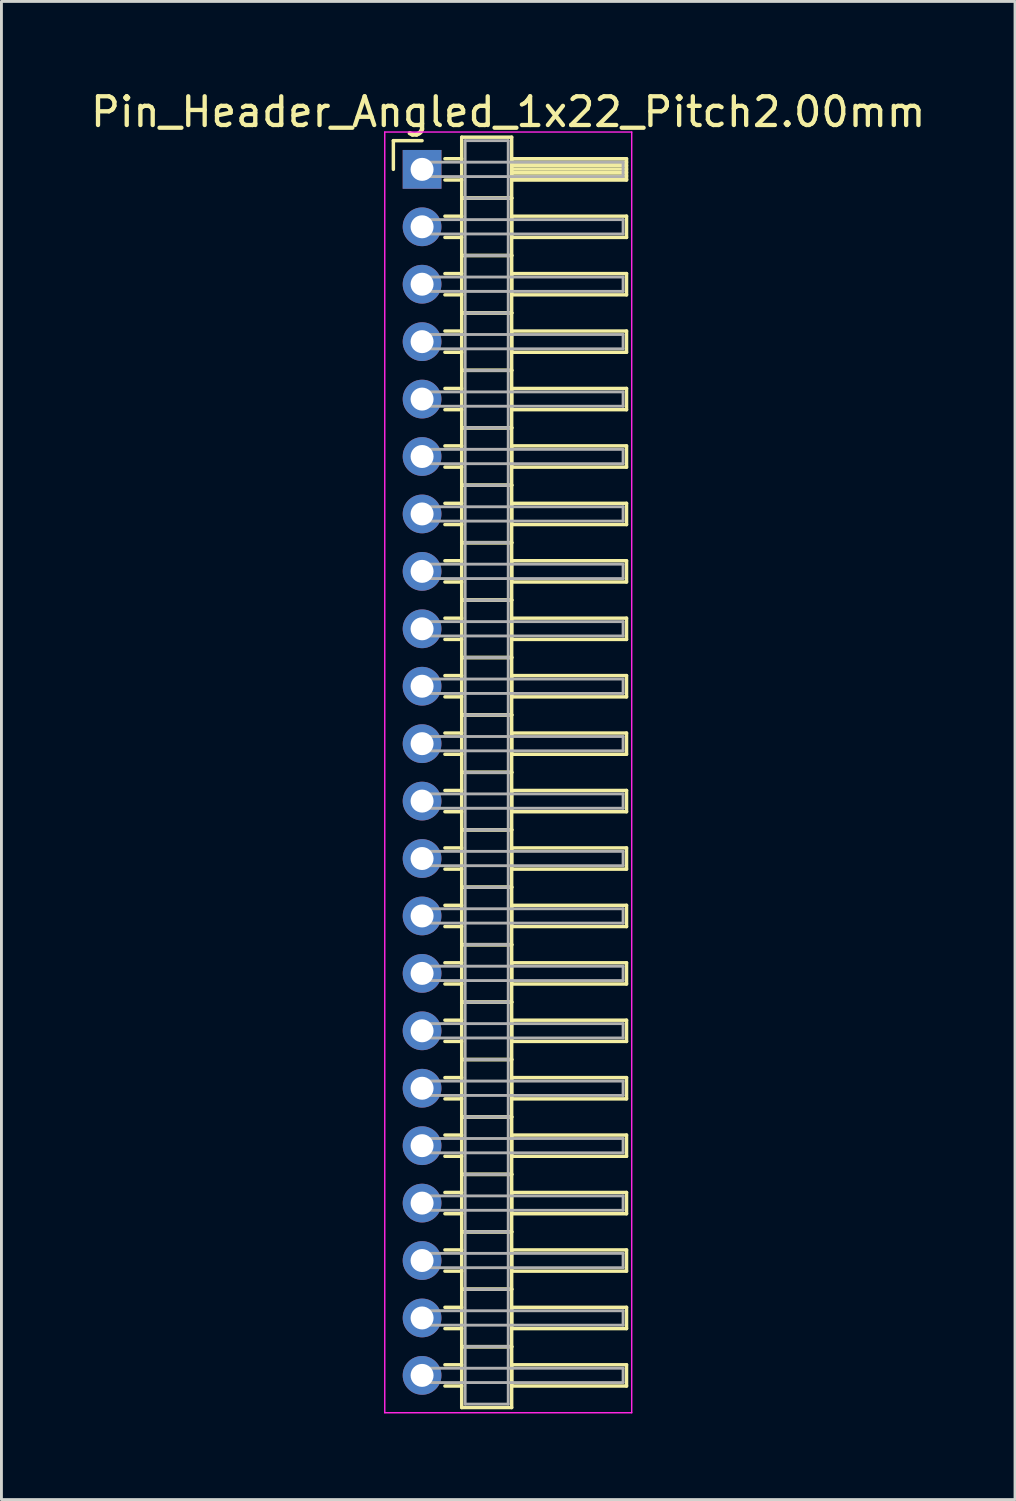
<source format=kicad_pcb>
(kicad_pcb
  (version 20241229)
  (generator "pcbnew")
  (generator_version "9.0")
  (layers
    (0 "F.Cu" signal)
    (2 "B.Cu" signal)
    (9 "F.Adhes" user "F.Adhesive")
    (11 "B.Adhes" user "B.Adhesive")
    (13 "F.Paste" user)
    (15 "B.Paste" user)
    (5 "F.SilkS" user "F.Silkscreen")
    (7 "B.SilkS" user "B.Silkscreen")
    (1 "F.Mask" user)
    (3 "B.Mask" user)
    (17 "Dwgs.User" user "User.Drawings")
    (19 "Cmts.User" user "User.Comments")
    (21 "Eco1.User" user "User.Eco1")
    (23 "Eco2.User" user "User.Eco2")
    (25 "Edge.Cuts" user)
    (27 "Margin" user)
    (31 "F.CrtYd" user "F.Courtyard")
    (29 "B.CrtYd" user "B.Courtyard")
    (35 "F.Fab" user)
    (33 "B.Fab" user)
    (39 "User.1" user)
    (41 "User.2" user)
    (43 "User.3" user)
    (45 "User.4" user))
  (footprint "Pin_Header_Angled_1x22_Pitch2.00mm"
    (layer "F.Cu")
    (at 11.649 2.848)
    (property "Reference" "Pin_Header_Angled_1x22_Pitch2.00mm" (at 3 -2 0) (layer "F.SilkS") (effects (font (size 1 1) (thickness 0.15))))
    (attr through_hole)
    (fp_line (start -1 -1) (end 0 -1) (stroke (width 0.12) (type solid)) (layer "F.SilkS"))
    (fp_line (start -1 0) (end -1 -1) (stroke (width 0.12) (type solid)) (layer "F.SilkS"))
    (fp_line (start 0.795 -0.37) (end 1.38 -0.37) (stroke (width 0.12) (type solid)) (layer "F.SilkS"))
    (fp_line (start 0.795 0.37) (end 1.38 0.37) (stroke (width 0.12) (type solid)) (layer "F.SilkS"))
    (fp_line (start 0.795 1.63) (end 1.38 1.63) (stroke (width 0.12) (type solid)) (layer "F.SilkS"))
    (fp_line (start 0.795 2.37) (end 1.38 2.37) (stroke (width 0.12) (type solid)) (layer "F.SilkS"))
    (fp_line (start 0.795 3.63) (end 1.38 3.63) (stroke (width 0.12) (type solid)) (layer "F.SilkS"))
    (fp_line (start 0.795 4.37) (end 1.38 4.37) (stroke (width 0.12) (type solid)) (layer "F.SilkS"))
    (fp_line (start 0.795 5.63) (end 1.38 5.63) (stroke (width 0.12) (type solid)) (layer "F.SilkS"))
    (fp_line (start 0.795 6.37) (end 1.38 6.37) (stroke (width 0.12) (type solid)) (layer "F.SilkS"))
    (fp_line (start 0.795 7.63) (end 1.38 7.63) (stroke (width 0.12) (type solid)) (layer "F.SilkS"))
    (fp_line (start 0.795 8.37) (end 1.38 8.37) (stroke (width 0.12) (type solid)) (layer "F.SilkS"))
    (fp_line (start 0.795 9.63) (end 1.38 9.63) (stroke (width 0.12) (type solid)) (layer "F.SilkS"))
    (fp_line (start 0.795 10.37) (end 1.38 10.37) (stroke (width 0.12) (type solid)) (layer "F.SilkS"))
    (fp_line (start 0.795 11.63) (end 1.38 11.63) (stroke (width 0.12) (type solid)) (layer "F.SilkS"))
    (fp_line (start 0.795 12.37) (end 1.38 12.37) (stroke (width 0.12) (type solid)) (layer "F.SilkS"))
    (fp_line (start 0.795 13.63) (end 1.38 13.63) (stroke (width 0.12) (type solid)) (layer "F.SilkS"))
    (fp_line (start 0.795 14.37) (end 1.38 14.37) (stroke (width 0.12) (type solid)) (layer "F.SilkS"))
    (fp_line (start 0.795 15.63) (end 1.38 15.63) (stroke (width 0.12) (type solid)) (layer "F.SilkS"))
    (fp_line (start 0.795 16.37) (end 1.38 16.37) (stroke (width 0.12) (type solid)) (layer "F.SilkS"))
    (fp_line (start 0.795 17.63) (end 1.38 17.63) (stroke (width 0.12) (type solid)) (layer "F.SilkS"))
    (fp_line (start 0.795 18.37) (end 1.38 18.37) (stroke (width 0.12) (type solid)) (layer "F.SilkS"))
    (fp_line (start 0.795 19.63) (end 1.38 19.63) (stroke (width 0.12) (type solid)) (layer "F.SilkS"))
    (fp_line (start 0.795 20.37) (end 1.38 20.37) (stroke (width 0.12) (type solid)) (layer "F.SilkS"))
    (fp_line (start 0.795 21.63) (end 1.38 21.63) (stroke (width 0.12) (type solid)) (layer "F.SilkS"))
    (fp_line (start 0.795 22.37) (end 1.38 22.37) (stroke (width 0.12) (type solid)) (layer "F.SilkS"))
    (fp_line (start 0.795 23.63) (end 1.38 23.63) (stroke (width 0.12) (type solid)) (layer "F.SilkS"))
    (fp_line (start 0.795 24.37) (end 1.38 24.37) (stroke (width 0.12) (type solid)) (layer "F.SilkS"))
    (fp_line (start 0.795 25.63) (end 1.38 25.63) (stroke (width 0.12) (type solid)) (layer "F.SilkS"))
    (fp_line (start 0.795 26.37) (end 1.38 26.37) (stroke (width 0.12) (type solid)) (layer "F.SilkS"))
    (fp_line (start 0.795 27.63) (end 1.38 27.63) (stroke (width 0.12) (type solid)) (layer "F.SilkS"))
    (fp_line (start 0.795 28.37) (end 1.38 28.37) (stroke (width 0.12) (type solid)) (layer "F.SilkS"))
    (fp_line (start 0.795 29.63) (end 1.38 29.63) (stroke (width 0.12) (type solid)) (layer "F.SilkS"))
    (fp_line (start 0.795 30.37) (end 1.38 30.37) (stroke (width 0.12) (type solid)) (layer "F.SilkS"))
    (fp_line (start 0.795 31.63) (end 1.38 31.63) (stroke (width 0.12) (type solid)) (layer "F.SilkS"))
    (fp_line (start 0.795 32.37) (end 1.38 32.37) (stroke (width 0.12) (type solid)) (layer "F.SilkS"))
    (fp_line (start 0.795 33.63) (end 1.38 33.63) (stroke (width 0.12) (type solid)) (layer "F.SilkS"))
    (fp_line (start 0.795 34.37) (end 1.38 34.37) (stroke (width 0.12) (type solid)) (layer "F.SilkS"))
    (fp_line (start 0.795 35.63) (end 1.38 35.63) (stroke (width 0.12) (type solid)) (layer "F.SilkS"))
    (fp_line (start 0.795 36.37) (end 1.38 36.37) (stroke (width 0.12) (type solid)) (layer "F.SilkS"))
    (fp_line (start 0.795 37.63) (end 1.38 37.63) (stroke (width 0.12) (type solid)) (layer "F.SilkS"))
    (fp_line (start 0.795 38.37) (end 1.38 38.37) (stroke (width 0.12) (type solid)) (layer "F.SilkS"))
    (fp_line (start 0.795 39.63) (end 1.38 39.63) (stroke (width 0.12) (type solid)) (layer "F.SilkS"))
    (fp_line (start 0.795 40.37) (end 1.38 40.37) (stroke (width 0.12) (type solid)) (layer "F.SilkS"))
    (fp_line (start 0.795 41.63) (end 1.38 41.63) (stroke (width 0.12) (type solid)) (layer "F.SilkS"))
    (fp_line (start 0.795 42.37) (end 1.38 42.37) (stroke (width 0.12) (type solid)) (layer "F.SilkS"))
    (fp_line (start 1.38 -1.12) (end 1.38 1) (stroke (width 0.12) (type solid)) (layer "F.SilkS"))
    (fp_line (start 1.38 1) (end 1.38 3) (stroke (width 0.12) (type solid)) (layer "F.SilkS"))
    (fp_line (start 1.38 1) (end 3.12 1) (stroke (width 0.12) (type solid)) (layer "F.SilkS"))
    (fp_line (start 1.38 3) (end 1.38 5) (stroke (width 0.12) (type solid)) (layer "F.SilkS"))
    (fp_line (start 1.38 3) (end 3.12 3) (stroke (width 0.12) (type solid)) (layer "F.SilkS"))
    (fp_line (start 1.38 5) (end 1.38 7) (stroke (width 0.12) (type solid)) (layer "F.SilkS"))
    (fp_line (start 1.38 5) (end 3.12 5) (stroke (width 0.12) (type solid)) (layer "F.SilkS"))
    (fp_line (start 1.38 7) (end 1.38 9) (stroke (width 0.12) (type solid)) (layer "F.SilkS"))
    (fp_line (start 1.38 7) (end 3.12 7) (stroke (width 0.12) (type solid)) (layer "F.SilkS"))
    (fp_line (start 1.38 9) (end 1.38 11) (stroke (width 0.12) (type solid)) (layer "F.SilkS"))
    (fp_line (start 1.38 9) (end 3.12 9) (stroke (width 0.12) (type solid)) (layer "F.SilkS"))
    (fp_line (start 1.38 11) (end 1.38 13) (stroke (width 0.12) (type solid)) (layer "F.SilkS"))
    (fp_line (start 1.38 11) (end 3.12 11) (stroke (width 0.12) (type solid)) (layer "F.SilkS"))
    (fp_line (start 1.38 13) (end 1.38 15) (stroke (width 0.12) (type solid)) (layer "F.SilkS"))
    (fp_line (start 1.38 13) (end 3.12 13) (stroke (width 0.12) (type solid)) (layer "F.SilkS"))
    (fp_line (start 1.38 15) (end 1.38 17) (stroke (width 0.12) (type solid)) (layer "F.SilkS"))
    (fp_line (start 1.38 15) (end 3.12 15) (stroke (width 0.12) (type solid)) (layer "F.SilkS"))
    (fp_line (start 1.38 17) (end 1.38 19) (stroke (width 0.12) (type solid)) (layer "F.SilkS"))
    (fp_line (start 1.38 17) (end 3.12 17) (stroke (width 0.12) (type solid)) (layer "F.SilkS"))
    (fp_line (start 1.38 19) (end 1.38 21) (stroke (width 0.12) (type solid)) (layer "F.SilkS"))
    (fp_line (start 1.38 19) (end 3.12 19) (stroke (width 0.12) (type solid)) (layer "F.SilkS"))
    (fp_line (start 1.38 21) (end 1.38 23) (stroke (width 0.12) (type solid)) (layer "F.SilkS"))
    (fp_line (start 1.38 21) (end 3.12 21) (stroke (width 0.12) (type solid)) (layer "F.SilkS"))
    (fp_line (start 1.38 23) (end 1.38 25) (stroke (width 0.12) (type solid)) (layer "F.SilkS"))
    (fp_line (start 1.38 23) (end 3.12 23) (stroke (width 0.12) (type solid)) (layer "F.SilkS"))
    (fp_line (start 1.38 25) (end 1.38 27) (stroke (width 0.12) (type solid)) (layer "F.SilkS"))
    (fp_line (start 1.38 25) (end 3.12 25) (stroke (width 0.12) (type solid)) (layer "F.SilkS"))
    (fp_line (start 1.38 27) (end 1.38 29) (stroke (width 0.12) (type solid)) (layer "F.SilkS"))
    (fp_line (start 1.38 27) (end 3.12 27) (stroke (width 0.12) (type solid)) (layer "F.SilkS"))
    (fp_line (start 1.38 29) (end 1.38 31) (stroke (width 0.12) (type solid)) (layer "F.SilkS"))
    (fp_line (start 1.38 29) (end 3.12 29) (stroke (width 0.12) (type solid)) (layer "F.SilkS"))
    (fp_line (start 1.38 31) (end 1.38 33) (stroke (width 0.12) (type solid)) (layer "F.SilkS"))
    (fp_line (start 1.38 31) (end 3.12 31) (stroke (width 0.12) (type solid)) (layer "F.SilkS"))
    (fp_line (start 1.38 33) (end 1.38 35) (stroke (width 0.12) (type solid)) (layer "F.SilkS"))
    (fp_line (start 1.38 33) (end 3.12 33) (stroke (width 0.12) (type solid)) (layer "F.SilkS"))
    (fp_line (start 1.38 35) (end 1.38 37) (stroke (width 0.12) (type solid)) (layer "F.SilkS"))
    (fp_line (start 1.38 35) (end 3.12 35) (stroke (width 0.12) (type solid)) (layer "F.SilkS"))
    (fp_line (start 1.38 37) (end 1.38 39) (stroke (width 0.12) (type solid)) (layer "F.SilkS"))
    (fp_line (start 1.38 37) (end 3.12 37) (stroke (width 0.12) (type solid)) (layer "F.SilkS"))
    (fp_line (start 1.38 39) (end 1.38 41) (stroke (width 0.12) (type solid)) (layer "F.SilkS"))
    (fp_line (start 1.38 39) (end 3.12 39) (stroke (width 0.12) (type solid)) (layer "F.SilkS"))
    (fp_line (start 1.38 41) (end 1.38 43.12) (stroke (width 0.12) (type solid)) (layer "F.SilkS"))
    (fp_line (start 1.38 41) (end 3.12 41) (stroke (width 0.12) (type solid)) (layer "F.SilkS"))
    (fp_line (start 1.38 43.12) (end 3.12 43.12) (stroke (width 0.12) (type solid)) (layer "F.SilkS"))
    (fp_line (start 3.12 -1.12) (end 1.38 -1.12) (stroke (width 0.12) (type solid)) (layer "F.SilkS"))
    (fp_line (start 3.12 -0.37) (end 3.12 0.37) (stroke (width 0.12) (type solid)) (layer "F.SilkS"))
    (fp_line (start 3.12 -0.25) (end 7.12 -0.25) (stroke (width 0.12) (type solid)) (layer "F.SilkS"))
    (fp_line (start 3.12 -0.13) (end 7.12 -0.13) (stroke (width 0.12) (type solid)) (layer "F.SilkS"))
    (fp_line (start 3.12 -0.01) (end 7.12 -0.01) (stroke (width 0.12) (type solid)) (layer "F.SilkS"))
    (fp_line (start 3.12 0.11) (end 7.12 0.11) (stroke (width 0.12) (type solid)) (layer "F.SilkS"))
    (fp_line (start 3.12 0.23) (end 7.12 0.23) (stroke (width 0.12) (type solid)) (layer "F.SilkS"))
    (fp_line (start 3.12 0.35) (end 7.12 0.35) (stroke (width 0.12) (type solid)) (layer "F.SilkS"))
    (fp_line (start 3.12 0.37) (end 7.12 0.37) (stroke (width 0.12) (type solid)) (layer "F.SilkS"))
    (fp_line (start 3.12 1) (end 1.38 1) (stroke (width 0.12) (type solid)) (layer "F.SilkS"))
    (fp_line (start 3.12 1) (end 3.12 -1.12) (stroke (width 0.12) (type solid)) (layer "F.SilkS"))
    (fp_line (start 3.12 1.63) (end 3.12 2.37) (stroke (width 0.12) (type solid)) (layer "F.SilkS"))
    (fp_line (start 3.12 2.37) (end 7.12 2.37) (stroke (width 0.12) (type solid)) (layer "F.SilkS"))
    (fp_line (start 3.12 3) (end 1.38 3) (stroke (width 0.12) (type solid)) (layer "F.SilkS"))
    (fp_line (start 3.12 3) (end 3.12 1) (stroke (width 0.12) (type solid)) (layer "F.SilkS"))
    (fp_line (start 3.12 3.63) (end 3.12 4.37) (stroke (width 0.12) (type solid)) (layer "F.SilkS"))
    (fp_line (start 3.12 4.37) (end 7.12 4.37) (stroke (width 0.12) (type solid)) (layer "F.SilkS"))
    (fp_line (start 3.12 5) (end 1.38 5) (stroke (width 0.12) (type solid)) (layer "F.SilkS"))
    (fp_line (start 3.12 5) (end 3.12 3) (stroke (width 0.12) (type solid)) (layer "F.SilkS"))
    (fp_line (start 3.12 5.63) (end 3.12 6.37) (stroke (width 0.12) (type solid)) (layer "F.SilkS"))
    (fp_line (start 3.12 6.37) (end 7.12 6.37) (stroke (width 0.12) (type solid)) (layer "F.SilkS"))
    (fp_line (start 3.12 7) (end 1.38 7) (stroke (width 0.12) (type solid)) (layer "F.SilkS"))
    (fp_line (start 3.12 7) (end 3.12 5) (stroke (width 0.12) (type solid)) (layer "F.SilkS"))
    (fp_line (start 3.12 7.63) (end 3.12 8.37) (stroke (width 0.12) (type solid)) (layer "F.SilkS"))
    (fp_line (start 3.12 8.37) (end 7.12 8.37) (stroke (width 0.12) (type solid)) (layer "F.SilkS"))
    (fp_line (start 3.12 9) (end 1.38 9) (stroke (width 0.12) (type solid)) (layer "F.SilkS"))
    (fp_line (start 3.12 9) (end 3.12 7) (stroke (width 0.12) (type solid)) (layer "F.SilkS"))
    (fp_line (start 3.12 9.63) (end 3.12 10.37) (stroke (width 0.12) (type solid)) (layer "F.SilkS"))
    (fp_line (start 3.12 10.37) (end 7.12 10.37) (stroke (width 0.12) (type solid)) (layer "F.SilkS"))
    (fp_line (start 3.12 11) (end 1.38 11) (stroke (width 0.12) (type solid)) (layer "F.SilkS"))
    (fp_line (start 3.12 11) (end 3.12 9) (stroke (width 0.12) (type solid)) (layer "F.SilkS"))
    (fp_line (start 3.12 11.63) (end 3.12 12.37) (stroke (width 0.12) (type solid)) (layer "F.SilkS"))
    (fp_line (start 3.12 12.37) (end 7.12 12.37) (stroke (width 0.12) (type solid)) (layer "F.SilkS"))
    (fp_line (start 3.12 13) (end 1.38 13) (stroke (width 0.12) (type solid)) (layer "F.SilkS"))
    (fp_line (start 3.12 13) (end 3.12 11) (stroke (width 0.12) (type solid)) (layer "F.SilkS"))
    (fp_line (start 3.12 13.63) (end 3.12 14.37) (stroke (width 0.12) (type solid)) (layer "F.SilkS"))
    (fp_line (start 3.12 14.37) (end 7.12 14.37) (stroke (width 0.12) (type solid)) (layer "F.SilkS"))
    (fp_line (start 3.12 15) (end 1.38 15) (stroke (width 0.12) (type solid)) (layer "F.SilkS"))
    (fp_line (start 3.12 15) (end 3.12 13) (stroke (width 0.12) (type solid)) (layer "F.SilkS"))
    (fp_line (start 3.12 15.63) (end 3.12 16.37) (stroke (width 0.12) (type solid)) (layer "F.SilkS"))
    (fp_line (start 3.12 16.37) (end 7.12 16.37) (stroke (width 0.12) (type solid)) (layer "F.SilkS"))
    (fp_line (start 3.12 17) (end 1.38 17) (stroke (width 0.12) (type solid)) (layer "F.SilkS"))
    (fp_line (start 3.12 17) (end 3.12 15) (stroke (width 0.12) (type solid)) (layer "F.SilkS"))
    (fp_line (start 3.12 17.63) (end 3.12 18.37) (stroke (width 0.12) (type solid)) (layer "F.SilkS"))
    (fp_line (start 3.12 18.37) (end 7.12 18.37) (stroke (width 0.12) (type solid)) (layer "F.SilkS"))
    (fp_line (start 3.12 19) (end 1.38 19) (stroke (width 0.12) (type solid)) (layer "F.SilkS"))
    (fp_line (start 3.12 19) (end 3.12 17) (stroke (width 0.12) (type solid)) (layer "F.SilkS"))
    (fp_line (start 3.12 19.63) (end 3.12 20.37) (stroke (width 0.12) (type solid)) (layer "F.SilkS"))
    (fp_line (start 3.12 20.37) (end 7.12 20.37) (stroke (width 0.12) (type solid)) (layer "F.SilkS"))
    (fp_line (start 3.12 21) (end 1.38 21) (stroke (width 0.12) (type solid)) (layer "F.SilkS"))
    (fp_line (start 3.12 21) (end 3.12 19) (stroke (width 0.12) (type solid)) (layer "F.SilkS"))
    (fp_line (start 3.12 21.63) (end 3.12 22.37) (stroke (width 0.12) (type solid)) (layer "F.SilkS"))
    (fp_line (start 3.12 22.37) (end 7.12 22.37) (stroke (width 0.12) (type solid)) (layer "F.SilkS"))
    (fp_line (start 3.12 23) (end 1.38 23) (stroke (width 0.12) (type solid)) (layer "F.SilkS"))
    (fp_line (start 3.12 23) (end 3.12 21) (stroke (width 0.12) (type solid)) (layer "F.SilkS"))
    (fp_line (start 3.12 23.63) (end 3.12 24.37) (stroke (width 0.12) (type solid)) (layer "F.SilkS"))
    (fp_line (start 3.12 24.37) (end 7.12 24.37) (stroke (width 0.12) (type solid)) (layer "F.SilkS"))
    (fp_line (start 3.12 25) (end 1.38 25) (stroke (width 0.12) (type solid)) (layer "F.SilkS"))
    (fp_line (start 3.12 25) (end 3.12 23) (stroke (width 0.12) (type solid)) (layer "F.SilkS"))
    (fp_line (start 3.12 25.63) (end 3.12 26.37) (stroke (width 0.12) (type solid)) (layer "F.SilkS"))
    (fp_line (start 3.12 26.37) (end 7.12 26.37) (stroke (width 0.12) (type solid)) (layer "F.SilkS"))
    (fp_line (start 3.12 27) (end 1.38 27) (stroke (width 0.12) (type solid)) (layer "F.SilkS"))
    (fp_line (start 3.12 27) (end 3.12 25) (stroke (width 0.12) (type solid)) (layer "F.SilkS"))
    (fp_line (start 3.12 27.63) (end 3.12 28.37) (stroke (width 0.12) (type solid)) (layer "F.SilkS"))
    (fp_line (start 3.12 28.37) (end 7.12 28.37) (stroke (width 0.12) (type solid)) (layer "F.SilkS"))
    (fp_line (start 3.12 29) (end 1.38 29) (stroke (width 0.12) (type solid)) (layer "F.SilkS"))
    (fp_line (start 3.12 29) (end 3.12 27) (stroke (width 0.12) (type solid)) (layer "F.SilkS"))
    (fp_line (start 3.12 29.63) (end 3.12 30.37) (stroke (width 0.12) (type solid)) (layer "F.SilkS"))
    (fp_line (start 3.12 30.37) (end 7.12 30.37) (stroke (width 0.12) (type solid)) (layer "F.SilkS"))
    (fp_line (start 3.12 31) (end 1.38 31) (stroke (width 0.12) (type solid)) (layer "F.SilkS"))
    (fp_line (start 3.12 31) (end 3.12 29) (stroke (width 0.12) (type solid)) (layer "F.SilkS"))
    (fp_line (start 3.12 31.63) (end 3.12 32.37) (stroke (width 0.12) (type solid)) (layer "F.SilkS"))
    (fp_line (start 3.12 32.37) (end 7.12 32.37) (stroke (width 0.12) (type solid)) (layer "F.SilkS"))
    (fp_line (start 3.12 33) (end 1.38 33) (stroke (width 0.12) (type solid)) (layer "F.SilkS"))
    (fp_line (start 3.12 33) (end 3.12 31) (stroke (width 0.12) (type solid)) (layer "F.SilkS"))
    (fp_line (start 3.12 33.63) (end 3.12 34.37) (stroke (width 0.12) (type solid)) (layer "F.SilkS"))
    (fp_line (start 3.12 34.37) (end 7.12 34.37) (stroke (width 0.12) (type solid)) (layer "F.SilkS"))
    (fp_line (start 3.12 35) (end 1.38 35) (stroke (width 0.12) (type solid)) (layer "F.SilkS"))
    (fp_line (start 3.12 35) (end 3.12 33) (stroke (width 0.12) (type solid)) (layer "F.SilkS"))
    (fp_line (start 3.12 35.63) (end 3.12 36.37) (stroke (width 0.12) (type solid)) (layer "F.SilkS"))
    (fp_line (start 3.12 36.37) (end 7.12 36.37) (stroke (width 0.12) (type solid)) (layer "F.SilkS"))
    (fp_line (start 3.12 37) (end 1.38 37) (stroke (width 0.12) (type solid)) (layer "F.SilkS"))
    (fp_line (start 3.12 37) (end 3.12 35) (stroke (width 0.12) (type solid)) (layer "F.SilkS"))
    (fp_line (start 3.12 37.63) (end 3.12 38.37) (stroke (width 0.12) (type solid)) (layer "F.SilkS"))
    (fp_line (start 3.12 38.37) (end 7.12 38.37) (stroke (width 0.12) (type solid)) (layer "F.SilkS"))
    (fp_line (start 3.12 39) (end 1.38 39) (stroke (width 0.12) (type solid)) (layer "F.SilkS"))
    (fp_line (start 3.12 39) (end 3.12 37) (stroke (width 0.12) (type solid)) (layer "F.SilkS"))
    (fp_line (start 3.12 39.63) (end 3.12 40.37) (stroke (width 0.12) (type solid)) (layer "F.SilkS"))
    (fp_line (start 3.12 40.37) (end 7.12 40.37) (stroke (width 0.12) (type solid)) (layer "F.SilkS"))
    (fp_line (start 3.12 41) (end 1.38 41) (stroke (width 0.12) (type solid)) (layer "F.SilkS"))
    (fp_line (start 3.12 41) (end 3.12 39) (stroke (width 0.12) (type solid)) (layer "F.SilkS"))
    (fp_line (start 3.12 41.63) (end 3.12 42.37) (stroke (width 0.12) (type solid)) (layer "F.SilkS"))
    (fp_line (start 3.12 42.37) (end 7.12 42.37) (stroke (width 0.12) (type solid)) (layer "F.SilkS"))
    (fp_line (start 3.12 43.12) (end 3.12 41) (stroke (width 0.12) (type solid)) (layer "F.SilkS"))
    (fp_line (start 7.12 -0.37) (end 3.12 -0.37) (stroke (width 0.12) (type solid)) (layer "F.SilkS"))
    (fp_line (start 7.12 0.37) (end 7.12 -0.37) (stroke (width 0.12) (type solid)) (layer "F.SilkS"))
    (fp_line (start 7.12 1.63) (end 3.12 1.63) (stroke (width 0.12) (type solid)) (layer "F.SilkS"))
    (fp_line (start 7.12 2.37) (end 7.12 1.63) (stroke (width 0.12) (type solid)) (layer "F.SilkS"))
    (fp_line (start 7.12 3.63) (end 3.12 3.63) (stroke (width 0.12) (type solid)) (layer "F.SilkS"))
    (fp_line (start 7.12 4.37) (end 7.12 3.63) (stroke (width 0.12) (type solid)) (layer "F.SilkS"))
    (fp_line (start 7.12 5.63) (end 3.12 5.63) (stroke (width 0.12) (type solid)) (layer "F.SilkS"))
    (fp_line (start 7.12 6.37) (end 7.12 5.63) (stroke (width 0.12) (type solid)) (layer "F.SilkS"))
    (fp_line (start 7.12 7.63) (end 3.12 7.63) (stroke (width 0.12) (type solid)) (layer "F.SilkS"))
    (fp_line (start 7.12 8.37) (end 7.12 7.63) (stroke (width 0.12) (type solid)) (layer "F.SilkS"))
    (fp_line (start 7.12 9.63) (end 3.12 9.63) (stroke (width 0.12) (type solid)) (layer "F.SilkS"))
    (fp_line (start 7.12 10.37) (end 7.12 9.63) (stroke (width 0.12) (type solid)) (layer "F.SilkS"))
    (fp_line (start 7.12 11.63) (end 3.12 11.63) (stroke (width 0.12) (type solid)) (layer "F.SilkS"))
    (fp_line (start 7.12 12.37) (end 7.12 11.63) (stroke (width 0.12) (type solid)) (layer "F.SilkS"))
    (fp_line (start 7.12 13.63) (end 3.12 13.63) (stroke (width 0.12) (type solid)) (layer "F.SilkS"))
    (fp_line (start 7.12 14.37) (end 7.12 13.63) (stroke (width 0.12) (type solid)) (layer "F.SilkS"))
    (fp_line (start 7.12 15.63) (end 3.12 15.63) (stroke (width 0.12) (type solid)) (layer "F.SilkS"))
    (fp_line (start 7.12 16.37) (end 7.12 15.63) (stroke (width 0.12) (type solid)) (layer "F.SilkS"))
    (fp_line (start 7.12 17.63) (end 3.12 17.63) (stroke (width 0.12) (type solid)) (layer "F.SilkS"))
    (fp_line (start 7.12 18.37) (end 7.12 17.63) (stroke (width 0.12) (type solid)) (layer "F.SilkS"))
    (fp_line (start 7.12 19.63) (end 3.12 19.63) (stroke (width 0.12) (type solid)) (layer "F.SilkS"))
    (fp_line (start 7.12 20.37) (end 7.12 19.63) (stroke (width 0.12) (type solid)) (layer "F.SilkS"))
    (fp_line (start 7.12 21.63) (end 3.12 21.63) (stroke (width 0.12) (type solid)) (layer "F.SilkS"))
    (fp_line (start 7.12 22.37) (end 7.12 21.63) (stroke (width 0.12) (type solid)) (layer "F.SilkS"))
    (fp_line (start 7.12 23.63) (end 3.12 23.63) (stroke (width 0.12) (type solid)) (layer "F.SilkS"))
    (fp_line (start 7.12 24.37) (end 7.12 23.63) (stroke (width 0.12) (type solid)) (layer "F.SilkS"))
    (fp_line (start 7.12 25.63) (end 3.12 25.63) (stroke (width 0.12) (type solid)) (layer "F.SilkS"))
    (fp_line (start 7.12 26.37) (end 7.12 25.63) (stroke (width 0.12) (type solid)) (layer "F.SilkS"))
    (fp_line (start 7.12 27.63) (end 3.12 27.63) (stroke (width 0.12) (type solid)) (layer "F.SilkS"))
    (fp_line (start 7.12 28.37) (end 7.12 27.63) (stroke (width 0.12) (type solid)) (layer "F.SilkS"))
    (fp_line (start 7.12 29.63) (end 3.12 29.63) (stroke (width 0.12) (type solid)) (layer "F.SilkS"))
    (fp_line (start 7.12 30.37) (end 7.12 29.63) (stroke (width 0.12) (type solid)) (layer "F.SilkS"))
    (fp_line (start 7.12 31.63) (end 3.12 31.63) (stroke (width 0.12) (type solid)) (layer "F.SilkS"))
    (fp_line (start 7.12 32.37) (end 7.12 31.63) (stroke (width 0.12) (type solid)) (layer "F.SilkS"))
    (fp_line (start 7.12 33.63) (end 3.12 33.63) (stroke (width 0.12) (type solid)) (layer "F.SilkS"))
    (fp_line (start 7.12 34.37) (end 7.12 33.63) (stroke (width 0.12) (type solid)) (layer "F.SilkS"))
    (fp_line (start 7.12 35.63) (end 3.12 35.63) (stroke (width 0.12) (type solid)) (layer "F.SilkS"))
    (fp_line (start 7.12 36.37) (end 7.12 35.63) (stroke (width 0.12) (type solid)) (layer "F.SilkS"))
    (fp_line (start 7.12 37.63) (end 3.12 37.63) (stroke (width 0.12) (type solid)) (layer "F.SilkS"))
    (fp_line (start 7.12 38.37) (end 7.12 37.63) (stroke (width 0.12) (type solid)) (layer "F.SilkS"))
    (fp_line (start 7.12 39.63) (end 3.12 39.63) (stroke (width 0.12) (type solid)) (layer "F.SilkS"))
    (fp_line (start 7.12 40.37) (end 7.12 39.63) (stroke (width 0.12) (type solid)) (layer "F.SilkS"))
    (fp_line (start 7.12 41.63) (end 3.12 41.63) (stroke (width 0.12) (type solid)) (layer "F.SilkS"))
    (fp_line (start 7.12 42.37) (end 7.12 41.63) (stroke (width 0.12) (type solid)) (layer "F.SilkS"))
    (fp_line (start -1.3 -1.3) (end -1.3 43.3) (stroke (width 0.05) (type solid)) (layer "F.CrtYd"))
    (fp_line (start -1.3 43.3) (end 7.3 43.3) (stroke (width 0.05) (type solid)) (layer "F.CrtYd"))
    (fp_line (start 7.3 -1.3) (end -1.3 -1.3) (stroke (width 0.05) (type solid)) (layer "F.CrtYd"))
    (fp_line (start 7.3 43.3) (end 7.3 -1.3) (stroke (width 0.05) (type solid)) (layer "F.CrtYd"))
    (fp_line (start 0 -0.25) (end 0 0.25) (stroke (width 0.1) (type solid)) (layer "F.Fab"))
    (fp_line (start 0 0.25) (end 7 0.25) (stroke (width 0.1) (type solid)) (layer "F.Fab"))
    (fp_line (start 0 1.75) (end 0 2.25) (stroke (width 0.1) (type solid)) (layer "F.Fab"))
    (fp_line (start 0 2.25) (end 7 2.25) (stroke (width 0.1) (type solid)) (layer "F.Fab"))
    (fp_line (start 0 3.75) (end 0 4.25) (stroke (width 0.1) (type solid)) (layer "F.Fab"))
    (fp_line (start 0 4.25) (end 7 4.25) (stroke (width 0.1) (type solid)) (layer "F.Fab"))
    (fp_line (start 0 5.75) (end 0 6.25) (stroke (width 0.1) (type solid)) (layer "F.Fab"))
    (fp_line (start 0 6.25) (end 7 6.25) (stroke (width 0.1) (type solid)) (layer "F.Fab"))
    (fp_line (start 0 7.75) (end 0 8.25) (stroke (width 0.1) (type solid)) (layer "F.Fab"))
    (fp_line (start 0 8.25) (end 7 8.25) (stroke (width 0.1) (type solid)) (layer "F.Fab"))
    (fp_line (start 0 9.75) (end 0 10.25) (stroke (width 0.1) (type solid)) (layer "F.Fab"))
    (fp_line (start 0 10.25) (end 7 10.25) (stroke (width 0.1) (type solid)) (layer "F.Fab"))
    (fp_line (start 0 11.75) (end 0 12.25) (stroke (width 0.1) (type solid)) (layer "F.Fab"))
    (fp_line (start 0 12.25) (end 7 12.25) (stroke (width 0.1) (type solid)) (layer "F.Fab"))
    (fp_line (start 0 13.75) (end 0 14.25) (stroke (width 0.1) (type solid)) (layer "F.Fab"))
    (fp_line (start 0 14.25) (end 7 14.25) (stroke (width 0.1) (type solid)) (layer "F.Fab"))
    (fp_line (start 0 15.75) (end 0 16.25) (stroke (width 0.1) (type solid)) (layer "F.Fab"))
    (fp_line (start 0 16.25) (end 7 16.25) (stroke (width 0.1) (type solid)) (layer "F.Fab"))
    (fp_line (start 0 17.75) (end 0 18.25) (stroke (width 0.1) (type solid)) (layer "F.Fab"))
    (fp_line (start 0 18.25) (end 7 18.25) (stroke (width 0.1) (type solid)) (layer "F.Fab"))
    (fp_line (start 0 19.75) (end 0 20.25) (stroke (width 0.1) (type solid)) (layer "F.Fab"))
    (fp_line (start 0 20.25) (end 7 20.25) (stroke (width 0.1) (type solid)) (layer "F.Fab"))
    (fp_line (start 0 21.75) (end 0 22.25) (stroke (width 0.1) (type solid)) (layer "F.Fab"))
    (fp_line (start 0 22.25) (end 7 22.25) (stroke (width 0.1) (type solid)) (layer "F.Fab"))
    (fp_line (start 0 23.75) (end 0 24.25) (stroke (width 0.1) (type solid)) (layer "F.Fab"))
    (fp_line (start 0 24.25) (end 7 24.25) (stroke (width 0.1) (type solid)) (layer "F.Fab"))
    (fp_line (start 0 25.75) (end 0 26.25) (stroke (width 0.1) (type solid)) (layer "F.Fab"))
    (fp_line (start 0 26.25) (end 7 26.25) (stroke (width 0.1) (type solid)) (layer "F.Fab"))
    (fp_line (start 0 27.75) (end 0 28.25) (stroke (width 0.1) (type solid)) (layer "F.Fab"))
    (fp_line (start 0 28.25) (end 7 28.25) (stroke (width 0.1) (type solid)) (layer "F.Fab"))
    (fp_line (start 0 29.75) (end 0 30.25) (stroke (width 0.1) (type solid)) (layer "F.Fab"))
    (fp_line (start 0 30.25) (end 7 30.25) (stroke (width 0.1) (type solid)) (layer "F.Fab"))
    (fp_line (start 0 31.75) (end 0 32.25) (stroke (width 0.1) (type solid)) (layer "F.Fab"))
    (fp_line (start 0 32.25) (end 7 32.25) (stroke (width 0.1) (type solid)) (layer "F.Fab"))
    (fp_line (start 0 33.75) (end 0 34.25) (stroke (width 0.1) (type solid)) (layer "F.Fab"))
    (fp_line (start 0 34.25) (end 7 34.25) (stroke (width 0.1) (type solid)) (layer "F.Fab"))
    (fp_line (start 0 35.75) (end 0 36.25) (stroke (width 0.1) (type solid)) (layer "F.Fab"))
    (fp_line (start 0 36.25) (end 7 36.25) (stroke (width 0.1) (type solid)) (layer "F.Fab"))
    (fp_line (start 0 37.75) (end 0 38.25) (stroke (width 0.1) (type solid)) (layer "F.Fab"))
    (fp_line (start 0 38.25) (end 7 38.25) (stroke (width 0.1) (type solid)) (layer "F.Fab"))
    (fp_line (start 0 39.75) (end 0 40.25) (stroke (width 0.1) (type solid)) (layer "F.Fab"))
    (fp_line (start 0 40.25) (end 7 40.25) (stroke (width 0.1) (type solid)) (layer "F.Fab"))
    (fp_line (start 0 41.75) (end 0 42.25) (stroke (width 0.1) (type solid)) (layer "F.Fab"))
    (fp_line (start 0 42.25) (end 7 42.25) (stroke (width 0.1) (type solid)) (layer "F.Fab"))
    (fp_line (start 1.5 -1) (end 1.5 1) (stroke (width 0.1) (type solid)) (layer "F.Fab"))
    (fp_line (start 1.5 1) (end 1.5 3) (stroke (width 0.1) (type solid)) (layer "F.Fab"))
    (fp_line (start 1.5 1) (end 3 1) (stroke (width 0.1) (type solid)) (layer "F.Fab"))
    (fp_line (start 1.5 3) (end 1.5 5) (stroke (width 0.1) (type solid)) (layer "F.Fab"))
    (fp_line (start 1.5 3) (end 3 3) (stroke (width 0.1) (type solid)) (layer "F.Fab"))
    (fp_line (start 1.5 5) (end 1.5 7) (stroke (width 0.1) (type solid)) (layer "F.Fab"))
    (fp_line (start 1.5 5) (end 3 5) (stroke (width 0.1) (type solid)) (layer "F.Fab"))
    (fp_line (start 1.5 7) (end 1.5 9) (stroke (width 0.1) (type solid)) (layer "F.Fab"))
    (fp_line (start 1.5 7) (end 3 7) (stroke (width 0.1) (type solid)) (layer "F.Fab"))
    (fp_line (start 1.5 9) (end 1.5 11) (stroke (width 0.1) (type solid)) (layer "F.Fab"))
    (fp_line (start 1.5 9) (end 3 9) (stroke (width 0.1) (type solid)) (layer "F.Fab"))
    (fp_line (start 1.5 11) (end 1.5 13) (stroke (width 0.1) (type solid)) (layer "F.Fab"))
    (fp_line (start 1.5 11) (end 3 11) (stroke (width 0.1) (type solid)) (layer "F.Fab"))
    (fp_line (start 1.5 13) (end 1.5 15) (stroke (width 0.1) (type solid)) (layer "F.Fab"))
    (fp_line (start 1.5 13) (end 3 13) (stroke (width 0.1) (type solid)) (layer "F.Fab"))
    (fp_line (start 1.5 15) (end 1.5 17) (stroke (width 0.1) (type solid)) (layer "F.Fab"))
    (fp_line (start 1.5 15) (end 3 15) (stroke (width 0.1) (type solid)) (layer "F.Fab"))
    (fp_line (start 1.5 17) (end 1.5 19) (stroke (width 0.1) (type solid)) (layer "F.Fab"))
    (fp_line (start 1.5 17) (end 3 17) (stroke (width 0.1) (type solid)) (layer "F.Fab"))
    (fp_line (start 1.5 19) (end 1.5 21) (stroke (width 0.1) (type solid)) (layer "F.Fab"))
    (fp_line (start 1.5 19) (end 3 19) (stroke (width 0.1) (type solid)) (layer "F.Fab"))
    (fp_line (start 1.5 21) (end 1.5 23) (stroke (width 0.1) (type solid)) (layer "F.Fab"))
    (fp_line (start 1.5 21) (end 3 21) (stroke (width 0.1) (type solid)) (layer "F.Fab"))
    (fp_line (start 1.5 23) (end 1.5 25) (stroke (width 0.1) (type solid)) (layer "F.Fab"))
    (fp_line (start 1.5 23) (end 3 23) (stroke (width 0.1) (type solid)) (layer "F.Fab"))
    (fp_line (start 1.5 25) (end 1.5 27) (stroke (width 0.1) (type solid)) (layer "F.Fab"))
    (fp_line (start 1.5 25) (end 3 25) (stroke (width 0.1) (type solid)) (layer "F.Fab"))
    (fp_line (start 1.5 27) (end 1.5 29) (stroke (width 0.1) (type solid)) (layer "F.Fab"))
    (fp_line (start 1.5 27) (end 3 27) (stroke (width 0.1) (type solid)) (layer "F.Fab"))
    (fp_line (start 1.5 29) (end 1.5 31) (stroke (width 0.1) (type solid)) (layer "F.Fab"))
    (fp_line (start 1.5 29) (end 3 29) (stroke (width 0.1) (type solid)) (layer "F.Fab"))
    (fp_line (start 1.5 31) (end 1.5 33) (stroke (width 0.1) (type solid)) (layer "F.Fab"))
    (fp_line (start 1.5 31) (end 3 31) (stroke (width 0.1) (type solid)) (layer "F.Fab"))
    (fp_line (start 1.5 33) (end 1.5 35) (stroke (width 0.1) (type solid)) (layer "F.Fab"))
    (fp_line (start 1.5 33) (end 3 33) (stroke (width 0.1) (type solid)) (layer "F.Fab"))
    (fp_line (start 1.5 35) (end 1.5 37) (stroke (width 0.1) (type solid)) (layer "F.Fab"))
    (fp_line (start 1.5 35) (end 3 35) (stroke (width 0.1) (type solid)) (layer "F.Fab"))
    (fp_line (start 1.5 37) (end 1.5 39) (stroke (width 0.1) (type solid)) (layer "F.Fab"))
    (fp_line (start 1.5 37) (end 3 37) (stroke (width 0.1) (type solid)) (layer "F.Fab"))
    (fp_line (start 1.5 39) (end 1.5 41) (stroke (width 0.1) (type solid)) (layer "F.Fab"))
    (fp_line (start 1.5 39) (end 3 39) (stroke (width 0.1) (type solid)) (layer "F.Fab"))
    (fp_line (start 1.5 41) (end 1.5 43) (stroke (width 0.1) (type solid)) (layer "F.Fab"))
    (fp_line (start 1.5 41) (end 3 41) (stroke (width 0.1) (type solid)) (layer "F.Fab"))
    (fp_line (start 1.5 43) (end 3 43) (stroke (width 0.1) (type solid)) (layer "F.Fab"))
    (fp_line (start 3 -1) (end 1.5 -1) (stroke (width 0.1) (type solid)) (layer "F.Fab"))
    (fp_line (start 3 1) (end 1.5 1) (stroke (width 0.1) (type solid)) (layer "F.Fab"))
    (fp_line (start 3 1) (end 3 -1) (stroke (width 0.1) (type solid)) (layer "F.Fab"))
    (fp_line (start 3 3) (end 1.5 3) (stroke (width 0.1) (type solid)) (layer "F.Fab"))
    (fp_line (start 3 3) (end 3 1) (stroke (width 0.1) (type solid)) (layer "F.Fab"))
    (fp_line (start 3 5) (end 1.5 5) (stroke (width 0.1) (type solid)) (layer "F.Fab"))
    (fp_line (start 3 5) (end 3 3) (stroke (width 0.1) (type solid)) (layer "F.Fab"))
    (fp_line (start 3 7) (end 1.5 7) (stroke (width 0.1) (type solid)) (layer "F.Fab"))
    (fp_line (start 3 7) (end 3 5) (stroke (width 0.1) (type solid)) (layer "F.Fab"))
    (fp_line (start 3 9) (end 1.5 9) (stroke (width 0.1) (type solid)) (layer "F.Fab"))
    (fp_line (start 3 9) (end 3 7) (stroke (width 0.1) (type solid)) (layer "F.Fab"))
    (fp_line (start 3 11) (end 1.5 11) (stroke (width 0.1) (type solid)) (layer "F.Fab"))
    (fp_line (start 3 11) (end 3 9) (stroke (width 0.1) (type solid)) (layer "F.Fab"))
    (fp_line (start 3 13) (end 1.5 13) (stroke (width 0.1) (type solid)) (layer "F.Fab"))
    (fp_line (start 3 13) (end 3 11) (stroke (width 0.1) (type solid)) (layer "F.Fab"))
    (fp_line (start 3 15) (end 1.5 15) (stroke (width 0.1) (type solid)) (layer "F.Fab"))
    (fp_line (start 3 15) (end 3 13) (stroke (width 0.1) (type solid)) (layer "F.Fab"))
    (fp_line (start 3 17) (end 1.5 17) (stroke (width 0.1) (type solid)) (layer "F.Fab"))
    (fp_line (start 3 17) (end 3 15) (stroke (width 0.1) (type solid)) (layer "F.Fab"))
    (fp_line (start 3 19) (end 1.5 19) (stroke (width 0.1) (type solid)) (layer "F.Fab"))
    (fp_line (start 3 19) (end 3 17) (stroke (width 0.1) (type solid)) (layer "F.Fab"))
    (fp_line (start 3 21) (end 1.5 21) (stroke (width 0.1) (type solid)) (layer "F.Fab"))
    (fp_line (start 3 21) (end 3 19) (stroke (width 0.1) (type solid)) (layer "F.Fab"))
    (fp_line (start 3 23) (end 1.5 23) (stroke (width 0.1) (type solid)) (layer "F.Fab"))
    (fp_line (start 3 23) (end 3 21) (stroke (width 0.1) (type solid)) (layer "F.Fab"))
    (fp_line (start 3 25) (end 1.5 25) (stroke (width 0.1) (type solid)) (layer "F.Fab"))
    (fp_line (start 3 25) (end 3 23) (stroke (width 0.1) (type solid)) (layer "F.Fab"))
    (fp_line (start 3 27) (end 1.5 27) (stroke (width 0.1) (type solid)) (layer "F.Fab"))
    (fp_line (start 3 27) (end 3 25) (stroke (width 0.1) (type solid)) (layer "F.Fab"))
    (fp_line (start 3 29) (end 1.5 29) (stroke (width 0.1) (type solid)) (layer "F.Fab"))
    (fp_line (start 3 29) (end 3 27) (stroke (width 0.1) (type solid)) (layer "F.Fab"))
    (fp_line (start 3 31) (end 1.5 31) (stroke (width 0.1) (type solid)) (layer "F.Fab"))
    (fp_line (start 3 31) (end 3 29) (stroke (width 0.1) (type solid)) (layer "F.Fab"))
    (fp_line (start 3 33) (end 1.5 33) (stroke (width 0.1) (type solid)) (layer "F.Fab"))
    (fp_line (start 3 33) (end 3 31) (stroke (width 0.1) (type solid)) (layer "F.Fab"))
    (fp_line (start 3 35) (end 1.5 35) (stroke (width 0.1) (type solid)) (layer "F.Fab"))
    (fp_line (start 3 35) (end 3 33) (stroke (width 0.1) (type solid)) (layer "F.Fab"))
    (fp_line (start 3 37) (end 1.5 37) (stroke (width 0.1) (type solid)) (layer "F.Fab"))
    (fp_line (start 3 37) (end 3 35) (stroke (width 0.1) (type solid)) (layer "F.Fab"))
    (fp_line (start 3 39) (end 1.5 39) (stroke (width 0.1) (type solid)) (layer "F.Fab"))
    (fp_line (start 3 39) (end 3 37) (stroke (width 0.1) (type solid)) (layer "F.Fab"))
    (fp_line (start 3 41) (end 1.5 41) (stroke (width 0.1) (type solid)) (layer "F.Fab"))
    (fp_line (start 3 41) (end 3 39) (stroke (width 0.1) (type solid)) (layer "F.Fab"))
    (fp_line (start 3 43) (end 3 41) (stroke (width 0.1) (type solid)) (layer "F.Fab"))
    (fp_line (start 7 -0.25) (end 0 -0.25) (stroke (width 0.1) (type solid)) (layer "F.Fab"))
    (fp_line (start 7 0.25) (end 7 -0.25) (stroke (width 0.1) (type solid)) (layer "F.Fab"))
    (fp_line (start 7 1.75) (end 0 1.75) (stroke (width 0.1) (type solid)) (layer "F.Fab"))
    (fp_line (start 7 2.25) (end 7 1.75) (stroke (width 0.1) (type solid)) (layer "F.Fab"))
    (fp_line (start 7 3.75) (end 0 3.75) (stroke (width 0.1) (type solid)) (layer "F.Fab"))
    (fp_line (start 7 4.25) (end 7 3.75) (stroke (width 0.1) (type solid)) (layer "F.Fab"))
    (fp_line (start 7 5.75) (end 0 5.75) (stroke (width 0.1) (type solid)) (layer "F.Fab"))
    (fp_line (start 7 6.25) (end 7 5.75) (stroke (width 0.1) (type solid)) (layer "F.Fab"))
    (fp_line (start 7 7.75) (end 0 7.75) (stroke (width 0.1) (type solid)) (layer "F.Fab"))
    (fp_line (start 7 8.25) (end 7 7.75) (stroke (width 0.1) (type solid)) (layer "F.Fab"))
    (fp_line (start 7 9.75) (end 0 9.75) (stroke (width 0.1) (type solid)) (layer "F.Fab"))
    (fp_line (start 7 10.25) (end 7 9.75) (stroke (width 0.1) (type solid)) (layer "F.Fab"))
    (fp_line (start 7 11.75) (end 0 11.75) (stroke (width 0.1) (type solid)) (layer "F.Fab"))
    (fp_line (start 7 12.25) (end 7 11.75) (stroke (width 0.1) (type solid)) (layer "F.Fab"))
    (fp_line (start 7 13.75) (end 0 13.75) (stroke (width 0.1) (type solid)) (layer "F.Fab"))
    (fp_line (start 7 14.25) (end 7 13.75) (stroke (width 0.1) (type solid)) (layer "F.Fab"))
    (fp_line (start 7 15.75) (end 0 15.75) (stroke (width 0.1) (type solid)) (layer "F.Fab"))
    (fp_line (start 7 16.25) (end 7 15.75) (stroke (width 0.1) (type solid)) (layer "F.Fab"))
    (fp_line (start 7 17.75) (end 0 17.75) (stroke (width 0.1) (type solid)) (layer "F.Fab"))
    (fp_line (start 7 18.25) (end 7 17.75) (stroke (width 0.1) (type solid)) (layer "F.Fab"))
    (fp_line (start 7 19.75) (end 0 19.75) (stroke (width 0.1) (type solid)) (layer "F.Fab"))
    (fp_line (start 7 20.25) (end 7 19.75) (stroke (width 0.1) (type solid)) (layer "F.Fab"))
    (fp_line (start 7 21.75) (end 0 21.75) (stroke (width 0.1) (type solid)) (layer "F.Fab"))
    (fp_line (start 7 22.25) (end 7 21.75) (stroke (width 0.1) (type solid)) (layer "F.Fab"))
    (fp_line (start 7 23.75) (end 0 23.75) (stroke (width 0.1) (type solid)) (layer "F.Fab"))
    (fp_line (start 7 24.25) (end 7 23.75) (stroke (width 0.1) (type solid)) (layer "F.Fab"))
    (fp_line (start 7 25.75) (end 0 25.75) (stroke (width 0.1) (type solid)) (layer "F.Fab"))
    (fp_line (start 7 26.25) (end 7 25.75) (stroke (width 0.1) (type solid)) (layer "F.Fab"))
    (fp_line (start 7 27.75) (end 0 27.75) (stroke (width 0.1) (type solid)) (layer "F.Fab"))
    (fp_line (start 7 28.25) (end 7 27.75) (stroke (width 0.1) (type solid)) (layer "F.Fab"))
    (fp_line (start 7 29.75) (end 0 29.75) (stroke (width 0.1) (type solid)) (layer "F.Fab"))
    (fp_line (start 7 30.25) (end 7 29.75) (stroke (width 0.1) (type solid)) (layer "F.Fab"))
    (fp_line (start 7 31.75) (end 0 31.75) (stroke (width 0.1) (type solid)) (layer "F.Fab"))
    (fp_line (start 7 32.25) (end 7 31.75) (stroke (width 0.1) (type solid)) (layer "F.Fab"))
    (fp_line (start 7 33.75) (end 0 33.75) (stroke (width 0.1) (type solid)) (layer "F.Fab"))
    (fp_line (start 7 34.25) (end 7 33.75) (stroke (width 0.1) (type solid)) (layer "F.Fab"))
    (fp_line (start 7 35.75) (end 0 35.75) (stroke (width 0.1) (type solid)) (layer "F.Fab"))
    (fp_line (start 7 36.25) (end 7 35.75) (stroke (width 0.1) (type solid)) (layer "F.Fab"))
    (fp_line (start 7 37.75) (end 0 37.75) (stroke (width 0.1) (type solid)) (layer "F.Fab"))
    (fp_line (start 7 38.25) (end 7 37.75) (stroke (width 0.1) (type solid)) (layer "F.Fab"))
    (fp_line (start 7 39.75) (end 0 39.75) (stroke (width 0.1) (type solid)) (layer "F.Fab"))
    (fp_line (start 7 40.25) (end 7 39.75) (stroke (width 0.1) (type solid)) (layer "F.Fab"))
    (fp_line (start 7 41.75) (end 0 41.75) (stroke (width 0.1) (type solid)) (layer "F.Fab"))
    (fp_line (start 7 42.25) (end 7 41.75) (stroke (width 0.1) (type solid)) (layer "F.Fab"))
    (pad "1" thru_hole rect (at 0 0) (size 1.35 1.35) (drill 0.8) (layers "*.Cu" "*.Mask"))
    (pad "2" thru_hole oval (at 0 2) (size 1.35 1.35) (drill 0.8) (layers "*.Cu" "*.Mask"))
    (pad "3" thru_hole oval (at 0 4) (size 1.35 1.35) (drill 0.8) (layers "*.Cu" "*.Mask"))
    (pad "4" thru_hole oval (at 0 6) (size 1.35 1.35) (drill 0.8) (layers "*.Cu" "*.Mask"))
    (pad "5" thru_hole oval (at 0 8) (size 1.35 1.35) (drill 0.8) (layers "*.Cu" "*.Mask"))
    (pad "6" thru_hole oval (at 0 10) (size 1.35 1.35) (drill 0.8) (layers "*.Cu" "*.Mask"))
    (pad "7" thru_hole oval (at 0 12) (size 1.35 1.35) (drill 0.8) (layers "*.Cu" "*.Mask"))
    (pad "8" thru_hole oval (at 0 14) (size 1.35 1.35) (drill 0.8) (layers "*.Cu" "*.Mask"))
    (pad "9" thru_hole oval (at 0 16) (size 1.35 1.35) (drill 0.8) (layers "*.Cu" "*.Mask"))
    (pad "10" thru_hole oval (at 0 18) (size 1.35 1.35) (drill 0.8) (layers "*.Cu" "*.Mask"))
    (pad "11" thru_hole oval (at 0 20) (size 1.35 1.35) (drill 0.8) (layers "*.Cu" "*.Mask"))
    (pad "12" thru_hole oval (at 0 22) (size 1.35 1.35) (drill 0.8) (layers "*.Cu" "*.Mask"))
    (pad "13" thru_hole oval (at 0 24) (size 1.35 1.35) (drill 0.8) (layers "*.Cu" "*.Mask"))
    (pad "14" thru_hole oval (at 0 26) (size 1.35 1.35) (drill 0.8) (layers "*.Cu" "*.Mask"))
    (pad "15" thru_hole oval (at 0 28) (size 1.35 1.35) (drill 0.8) (layers "*.Cu" "*.Mask"))
    (pad "16" thru_hole oval (at 0 30) (size 1.35 1.35) (drill 0.8) (layers "*.Cu" "*.Mask"))
    (pad "17" thru_hole oval (at 0 32) (size 1.35 1.35) (drill 0.8) (layers "*.Cu" "*.Mask"))
    (pad "18" thru_hole oval (at 0 34) (size 1.35 1.35) (drill 0.8) (layers "*.Cu" "*.Mask"))
    (pad "19" thru_hole oval (at 0 36) (size 1.35 1.35) (drill 0.8) (layers "*.Cu" "*.Mask"))
    (pad "20" thru_hole oval (at 0 38) (size 1.35 1.35) (drill 0.8) (layers "*.Cu" "*.Mask"))
    (pad "21" thru_hole oval (at 0 40) (size 1.35 1.35) (drill 0.8) (layers "*.Cu" "*.Mask"))
    (pad "22" thru_hole oval (at 0 42) (size 1.35 1.35) (drill 0.8) (layers "*.Cu" "*.Mask")))
  (gr_rect
    (start -3 -3)
    (end 32.298 49.173)
    (stroke (width 0.1) (type default))
    (fill no)
    (layer "Edge.Cuts")))
</source>
